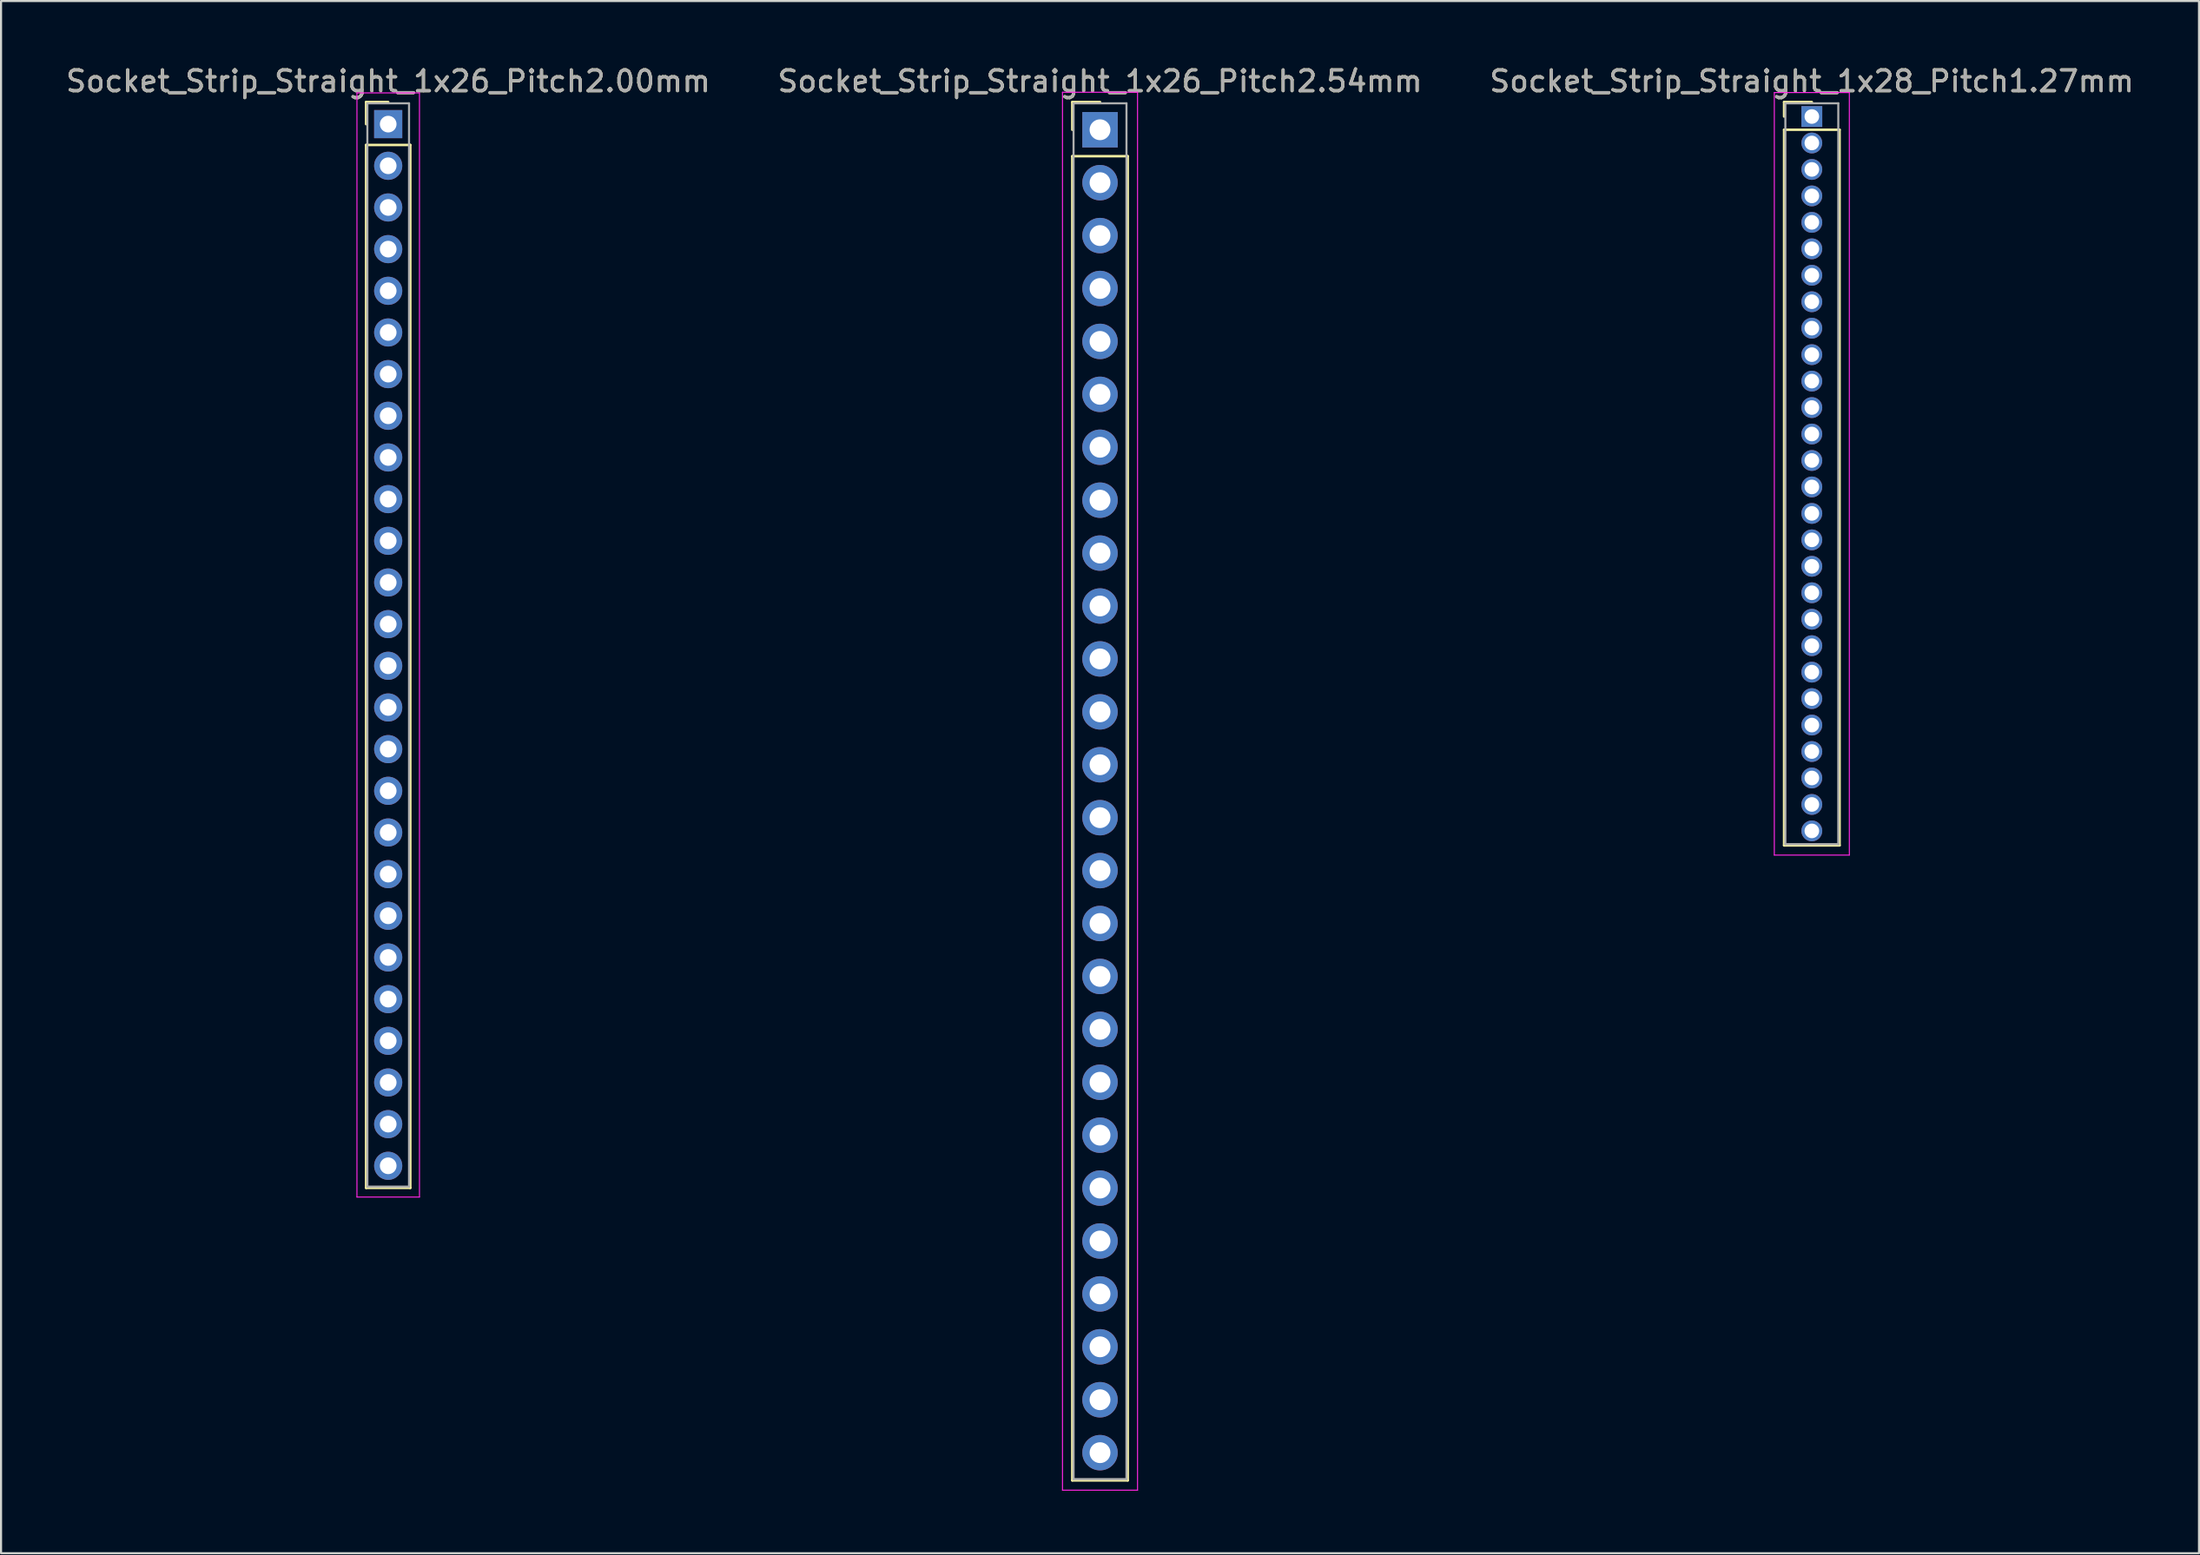
<source format=kicad_pcb>
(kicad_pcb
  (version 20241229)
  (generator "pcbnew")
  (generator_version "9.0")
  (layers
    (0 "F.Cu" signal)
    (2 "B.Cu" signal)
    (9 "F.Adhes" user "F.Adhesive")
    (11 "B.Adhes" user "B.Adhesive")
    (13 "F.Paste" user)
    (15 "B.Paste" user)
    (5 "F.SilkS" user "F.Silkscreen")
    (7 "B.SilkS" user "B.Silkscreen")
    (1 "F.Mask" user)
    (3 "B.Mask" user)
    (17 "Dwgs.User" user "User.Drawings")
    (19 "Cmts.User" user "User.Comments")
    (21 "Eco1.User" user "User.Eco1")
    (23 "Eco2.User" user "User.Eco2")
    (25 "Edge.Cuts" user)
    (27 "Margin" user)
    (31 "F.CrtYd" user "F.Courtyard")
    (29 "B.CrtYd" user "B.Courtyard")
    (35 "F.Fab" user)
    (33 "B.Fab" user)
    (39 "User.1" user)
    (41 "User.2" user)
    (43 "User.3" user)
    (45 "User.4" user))
  (footprint "Socket_Strip_Straight_1x28_Pitch1.27mm"
    (layer "F.Cu")
    (at 83.887 2.543)
    (property "Reference" "Socket_Strip_Straight_1x28_Pitch1.27mm" (at 0 -1.695 0) (layer "F.SilkS") (effects (font (size 1 1) (thickness 0.15))))
    (attr through_hole)
    (fp_line (start -1.33 -0.695) (end 0 -0.695) (stroke (width 0.12) (type solid)) (layer "F.SilkS"))
    (fp_line (start -1.33 0) (end -1.33 -0.695) (stroke (width 0.12) (type solid)) (layer "F.SilkS"))
    (fp_line (start -1.33 0.635) (end -1.33 34.985) (stroke (width 0.12) (type solid)) (layer "F.SilkS"))
    (fp_line (start -1.33 34.985) (end 1.33 34.985) (stroke (width 0.12) (type solid)) (layer "F.SilkS"))
    (fp_line (start 1.33 0.635) (end -1.33 0.635) (stroke (width 0.12) (type solid)) (layer "F.SilkS"))
    (fp_line (start 1.33 34.985) (end 1.33 0.635) (stroke (width 0.12) (type solid)) (layer "F.SilkS"))
    (fp_line (start -1.8 -1.15) (end -1.8 35.45) (stroke (width 0.05) (type solid)) (layer "F.CrtYd"))
    (fp_line (start -1.8 35.45) (end 1.8 35.45) (stroke (width 0.05) (type solid)) (layer "F.CrtYd"))
    (fp_line (start 1.8 -1.15) (end -1.8 -1.15) (stroke (width 0.05) (type solid)) (layer "F.CrtYd"))
    (fp_line (start 1.8 35.45) (end 1.8 -1.15) (stroke (width 0.05) (type solid)) (layer "F.CrtYd"))
    (fp_line (start -1.27 -0.635) (end -1.27 34.925) (stroke (width 0.1) (type solid)) (layer "F.Fab"))
    (fp_line (start -1.27 34.925) (end 1.27 34.925) (stroke (width 0.1) (type solid)) (layer "F.Fab"))
    (fp_line (start 1.27 -0.635) (end -1.27 -0.635) (stroke (width 0.1) (type solid)) (layer "F.Fab"))
    (fp_line (start 1.27 34.925) (end 1.27 -0.635) (stroke (width 0.1) (type solid)) (layer "F.Fab"))
    (fp_text user "${REFERENCE}" (at 0 -1.695 0) (layer "F.Fab") (effects (font (size 1 1) (thickness 0.15))))
    (pad "1" thru_hole rect (at 0 0) (size 1 1) (drill 0.7) (layers "*.Cu" "*.Mask"))
    (pad "2" thru_hole oval (at 0 1.27) (size 1 1) (drill 0.7) (layers "*.Cu" "*.Mask"))
    (pad "3" thru_hole oval (at 0 2.54) (size 1 1) (drill 0.7) (layers "*.Cu" "*.Mask"))
    (pad "4" thru_hole oval (at 0 3.81) (size 1 1) (drill 0.7) (layers "*.Cu" "*.Mask"))
    (pad "5" thru_hole oval (at 0 5.08) (size 1 1) (drill 0.7) (layers "*.Cu" "*.Mask"))
    (pad "6" thru_hole oval (at 0 6.35) (size 1 1) (drill 0.7) (layers "*.Cu" "*.Mask"))
    (pad "7" thru_hole oval (at 0 7.62) (size 1 1) (drill 0.7) (layers "*.Cu" "*.Mask"))
    (pad "8" thru_hole oval (at 0 8.89) (size 1 1) (drill 0.7) (layers "*.Cu" "*.Mask"))
    (pad "9" thru_hole oval (at 0 10.16) (size 1 1) (drill 0.7) (layers "*.Cu" "*.Mask"))
    (pad "10" thru_hole oval (at 0 11.43) (size 1 1) (drill 0.7) (layers "*.Cu" "*.Mask"))
    (pad "11" thru_hole oval (at 0 12.7) (size 1 1) (drill 0.7) (layers "*.Cu" "*.Mask"))
    (pad "12" thru_hole oval (at 0 13.97) (size 1 1) (drill 0.7) (layers "*.Cu" "*.Mask"))
    (pad "13" thru_hole oval (at 0 15.24) (size 1 1) (drill 0.7) (layers "*.Cu" "*.Mask"))
    (pad "14" thru_hole oval (at 0 16.51) (size 1 1) (drill 0.7) (layers "*.Cu" "*.Mask"))
    (pad "15" thru_hole oval (at 0 17.78) (size 1 1) (drill 0.7) (layers "*.Cu" "*.Mask"))
    (pad "16" thru_hole oval (at 0 19.05) (size 1 1) (drill 0.7) (layers "*.Cu" "*.Mask"))
    (pad "17" thru_hole oval (at 0 20.32) (size 1 1) (drill 0.7) (layers "*.Cu" "*.Mask"))
    (pad "18" thru_hole oval (at 0 21.59) (size 1 1) (drill 0.7) (layers "*.Cu" "*.Mask"))
    (pad "19" thru_hole oval (at 0 22.86) (size 1 1) (drill 0.7) (layers "*.Cu" "*.Mask"))
    (pad "20" thru_hole oval (at 0 24.13) (size 1 1) (drill 0.7) (layers "*.Cu" "*.Mask"))
    (pad "21" thru_hole oval (at 0 25.4) (size 1 1) (drill 0.7) (layers "*.Cu" "*.Mask"))
    (pad "22" thru_hole oval (at 0 26.67) (size 1 1) (drill 0.7) (layers "*.Cu" "*.Mask"))
    (pad "23" thru_hole oval (at 0 27.94) (size 1 1) (drill 0.7) (layers "*.Cu" "*.Mask"))
    (pad "24" thru_hole oval (at 0 29.21) (size 1 1) (drill 0.7) (layers "*.Cu" "*.Mask"))
    (pad "25" thru_hole oval (at 0 30.48) (size 1 1) (drill 0.7) (layers "*.Cu" "*.Mask"))
    (pad "26" thru_hole oval (at 0 31.75) (size 1 1) (drill 0.7) (layers "*.Cu" "*.Mask"))
    (pad "27" thru_hole oval (at 0 33.02) (size 1 1) (drill 0.7) (layers "*.Cu" "*.Mask"))
    (pad "28" thru_hole oval (at 0 34.29) (size 1 1) (drill 0.7) (layers "*.Cu" "*.Mask")))
  (footprint "Socket_Strip_Straight_1x26_Pitch2.54mm"
    (layer "F.Cu")
    (at 49.732 3.178)
    (property "Reference" "Socket_Strip_Straight_1x26_Pitch2.54mm" (at 0 -2.33 0) (layer "F.SilkS") (effects (font (size 1 1) (thickness 0.15))))
    (attr through_hole)
    (fp_line (start -1.33 -1.33) (end 0 -1.33) (stroke (width 0.12) (type solid)) (layer "F.SilkS"))
    (fp_line (start -1.33 0) (end -1.33 -1.33) (stroke (width 0.12) (type solid)) (layer "F.SilkS"))
    (fp_line (start -1.33 1.27) (end -1.33 64.83) (stroke (width 0.12) (type solid)) (layer "F.SilkS"))
    (fp_line (start -1.33 64.83) (end 1.33 64.83) (stroke (width 0.12) (type solid)) (layer "F.SilkS"))
    (fp_line (start 1.33 1.27) (end -1.33 1.27) (stroke (width 0.12) (type solid)) (layer "F.SilkS"))
    (fp_line (start 1.33 64.83) (end 1.33 1.27) (stroke (width 0.12) (type solid)) (layer "F.SilkS"))
    (fp_line (start -1.8 -1.8) (end -1.8 65.3) (stroke (width 0.05) (type solid)) (layer "F.CrtYd"))
    (fp_line (start -1.8 65.3) (end 1.8 65.3) (stroke (width 0.05) (type solid)) (layer "F.CrtYd"))
    (fp_line (start 1.8 -1.8) (end -1.8 -1.8) (stroke (width 0.05) (type solid)) (layer "F.CrtYd"))
    (fp_line (start 1.8 65.3) (end 1.8 -1.8) (stroke (width 0.05) (type solid)) (layer "F.CrtYd"))
    (fp_line (start -1.27 -1.27) (end -1.27 64.77) (stroke (width 0.1) (type solid)) (layer "F.Fab"))
    (fp_line (start -1.27 64.77) (end 1.27 64.77) (stroke (width 0.1) (type solid)) (layer "F.Fab"))
    (fp_line (start 1.27 -1.27) (end -1.27 -1.27) (stroke (width 0.1) (type solid)) (layer "F.Fab"))
    (fp_line (start 1.27 64.77) (end 1.27 -1.27) (stroke (width 0.1) (type solid)) (layer "F.Fab"))
    (fp_text user "${REFERENCE}" (at 0 -2.33 0) (layer "F.Fab") (effects (font (size 1 1) (thickness 0.15))))
    (pad "1" thru_hole rect (at 0 0) (size 1.7 1.7) (drill 1) (layers "*.Cu" "*.Mask"))
    (pad "2" thru_hole oval (at 0 2.54) (size 1.7 1.7) (drill 1) (layers "*.Cu" "*.Mask"))
    (pad "3" thru_hole oval (at 0 5.08) (size 1.7 1.7) (drill 1) (layers "*.Cu" "*.Mask"))
    (pad "4" thru_hole oval (at 0 7.62) (size 1.7 1.7) (drill 1) (layers "*.Cu" "*.Mask"))
    (pad "5" thru_hole oval (at 0 10.16) (size 1.7 1.7) (drill 1) (layers "*.Cu" "*.Mask"))
    (pad "6" thru_hole oval (at 0 12.7) (size 1.7 1.7) (drill 1) (layers "*.Cu" "*.Mask"))
    (pad "7" thru_hole oval (at 0 15.24) (size 1.7 1.7) (drill 1) (layers "*.Cu" "*.Mask"))
    (pad "8" thru_hole oval (at 0 17.78) (size 1.7 1.7) (drill 1) (layers "*.Cu" "*.Mask"))
    (pad "9" thru_hole oval (at 0 20.32) (size 1.7 1.7) (drill 1) (layers "*.Cu" "*.Mask"))
    (pad "10" thru_hole oval (at 0 22.86) (size 1.7 1.7) (drill 1) (layers "*.Cu" "*.Mask"))
    (pad "11" thru_hole oval (at 0 25.4) (size 1.7 1.7) (drill 1) (layers "*.Cu" "*.Mask"))
    (pad "12" thru_hole oval (at 0 27.94) (size 1.7 1.7) (drill 1) (layers "*.Cu" "*.Mask"))
    (pad "13" thru_hole oval (at 0 30.48) (size 1.7 1.7) (drill 1) (layers "*.Cu" "*.Mask"))
    (pad "14" thru_hole oval (at 0 33.02) (size 1.7 1.7) (drill 1) (layers "*.Cu" "*.Mask"))
    (pad "15" thru_hole oval (at 0 35.56) (size 1.7 1.7) (drill 1) (layers "*.Cu" "*.Mask"))
    (pad "16" thru_hole oval (at 0 38.1) (size 1.7 1.7) (drill 1) (layers "*.Cu" "*.Mask"))
    (pad "17" thru_hole oval (at 0 40.64) (size 1.7 1.7) (drill 1) (layers "*.Cu" "*.Mask"))
    (pad "18" thru_hole oval (at 0 43.18) (size 1.7 1.7) (drill 1) (layers "*.Cu" "*.Mask"))
    (pad "19" thru_hole oval (at 0 45.72) (size 1.7 1.7) (drill 1) (layers "*.Cu" "*.Mask"))
    (pad "20" thru_hole oval (at 0 48.26) (size 1.7 1.7) (drill 1) (layers "*.Cu" "*.Mask"))
    (pad "21" thru_hole oval (at 0 50.8) (size 1.7 1.7) (drill 1) (layers "*.Cu" "*.Mask"))
    (pad "22" thru_hole oval (at 0 53.34) (size 1.7 1.7) (drill 1) (layers "*.Cu" "*.Mask"))
    (pad "23" thru_hole oval (at 0 55.88) (size 1.7 1.7) (drill 1) (layers "*.Cu" "*.Mask"))
    (pad "24" thru_hole oval (at 0 58.42) (size 1.7 1.7) (drill 1) (layers "*.Cu" "*.Mask"))
    (pad "25" thru_hole oval (at 0 60.96) (size 1.7 1.7) (drill 1) (layers "*.Cu" "*.Mask"))
    (pad "26" thru_hole oval (at 0 63.5) (size 1.7 1.7) (drill 1) (layers "*.Cu" "*.Mask")))
  (footprint "Socket_Strip_Straight_1x26_Pitch2.00mm"
    (layer "F.Cu")
    (at 15.577 2.908)
    (property "Reference" "Socket_Strip_Straight_1x26_Pitch2.00mm" (at 0 -2.06 0) (layer "F.SilkS") (effects (font (size 1 1) (thickness 0.15))))
    (attr through_hole)
    (fp_line (start -1.06 -1.06) (end 0 -1.06) (stroke (width 0.12) (type solid)) (layer "F.SilkS"))
    (fp_line (start -1.06 0) (end -1.06 -1.06) (stroke (width 0.12) (type solid)) (layer "F.SilkS"))
    (fp_line (start -1.06 1) (end -1.06 51.06) (stroke (width 0.12) (type solid)) (layer "F.SilkS"))
    (fp_line (start -1.06 51.06) (end 1.06 51.06) (stroke (width 0.12) (type solid)) (layer "F.SilkS"))
    (fp_line (start 1.06 1) (end -1.06 1) (stroke (width 0.12) (type solid)) (layer "F.SilkS"))
    (fp_line (start 1.06 51.06) (end 1.06 1) (stroke (width 0.12) (type solid)) (layer "F.SilkS"))
    (fp_line (start -1.5 -1.5) (end -1.5 51.5) (stroke (width 0.05) (type solid)) (layer "F.CrtYd"))
    (fp_line (start -1.5 51.5) (end 1.5 51.5) (stroke (width 0.05) (type solid)) (layer "F.CrtYd"))
    (fp_line (start 1.5 -1.5) (end -1.5 -1.5) (stroke (width 0.05) (type solid)) (layer "F.CrtYd"))
    (fp_line (start 1.5 51.5) (end 1.5 -1.5) (stroke (width 0.05) (type solid)) (layer "F.CrtYd"))
    (fp_line (start -1 -1) (end -1 51) (stroke (width 0.1) (type solid)) (layer "F.Fab"))
    (fp_line (start -1 51) (end 1 51) (stroke (width 0.1) (type solid)) (layer "F.Fab"))
    (fp_line (start 1 -1) (end -1 -1) (stroke (width 0.1) (type solid)) (layer "F.Fab"))
    (fp_line (start 1 51) (end 1 -1) (stroke (width 0.1) (type solid)) (layer "F.Fab"))
    (fp_text user "${REFERENCE}" (at 0 -2.06 0) (layer "F.Fab") (effects (font (size 1 1) (thickness 0.15))))
    (pad "1" thru_hole rect (at 0 0) (size 1.35 1.35) (drill 0.8) (layers "*.Cu" "*.Mask"))
    (pad "2" thru_hole oval (at 0 2) (size 1.35 1.35) (drill 0.8) (layers "*.Cu" "*.Mask"))
    (pad "3" thru_hole oval (at 0 4) (size 1.35 1.35) (drill 0.8) (layers "*.Cu" "*.Mask"))
    (pad "4" thru_hole oval (at 0 6) (size 1.35 1.35) (drill 0.8) (layers "*.Cu" "*.Mask"))
    (pad "5" thru_hole oval (at 0 8) (size 1.35 1.35) (drill 0.8) (layers "*.Cu" "*.Mask"))
    (pad "6" thru_hole oval (at 0 10) (size 1.35 1.35) (drill 0.8) (layers "*.Cu" "*.Mask"))
    (pad "7" thru_hole oval (at 0 12) (size 1.35 1.35) (drill 0.8) (layers "*.Cu" "*.Mask"))
    (pad "8" thru_hole oval (at 0 14) (size 1.35 1.35) (drill 0.8) (layers "*.Cu" "*.Mask"))
    (pad "9" thru_hole oval (at 0 16) (size 1.35 1.35) (drill 0.8) (layers "*.Cu" "*.Mask"))
    (pad "10" thru_hole oval (at 0 18) (size 1.35 1.35) (drill 0.8) (layers "*.Cu" "*.Mask"))
    (pad "11" thru_hole oval (at 0 20) (size 1.35 1.35) (drill 0.8) (layers "*.Cu" "*.Mask"))
    (pad "12" thru_hole oval (at 0 22) (size 1.35 1.35) (drill 0.8) (layers "*.Cu" "*.Mask"))
    (pad "13" thru_hole oval (at 0 24) (size 1.35 1.35) (drill 0.8) (layers "*.Cu" "*.Mask"))
    (pad "14" thru_hole oval (at 0 26) (size 1.35 1.35) (drill 0.8) (layers "*.Cu" "*.Mask"))
    (pad "15" thru_hole oval (at 0 28) (size 1.35 1.35) (drill 0.8) (layers "*.Cu" "*.Mask"))
    (pad "16" thru_hole oval (at 0 30) (size 1.35 1.35) (drill 0.8) (layers "*.Cu" "*.Mask"))
    (pad "17" thru_hole oval (at 0 32) (size 1.35 1.35) (drill 0.8) (layers "*.Cu" "*.Mask"))
    (pad "18" thru_hole oval (at 0 34) (size 1.35 1.35) (drill 0.8) (layers "*.Cu" "*.Mask"))
    (pad "19" thru_hole oval (at 0 36) (size 1.35 1.35) (drill 0.8) (layers "*.Cu" "*.Mask"))
    (pad "20" thru_hole oval (at 0 38) (size 1.35 1.35) (drill 0.8) (layers "*.Cu" "*.Mask"))
    (pad "21" thru_hole oval (at 0 40) (size 1.35 1.35) (drill 0.8) (layers "*.Cu" "*.Mask"))
    (pad "22" thru_hole oval (at 0 42) (size 1.35 1.35) (drill 0.8) (layers "*.Cu" "*.Mask"))
    (pad "23" thru_hole oval (at 0 44) (size 1.35 1.35) (drill 0.8) (layers "*.Cu" "*.Mask"))
    (pad "24" thru_hole oval (at 0 46) (size 1.35 1.35) (drill 0.8) (layers "*.Cu" "*.Mask"))
    (pad "25" thru_hole oval (at 0 48) (size 1.35 1.35) (drill 0.8) (layers "*.Cu" "*.Mask"))
    (pad "26" thru_hole oval (at 0 50) (size 1.35 1.35) (drill 0.8) (layers "*.Cu" "*.Mask")))
  (gr_rect
    (start -3 -3)
    (end 102.464 71.503)
    (stroke (width 0.1) (type default))
    (fill no)
    (layer "Edge.Cuts")))
</source>
